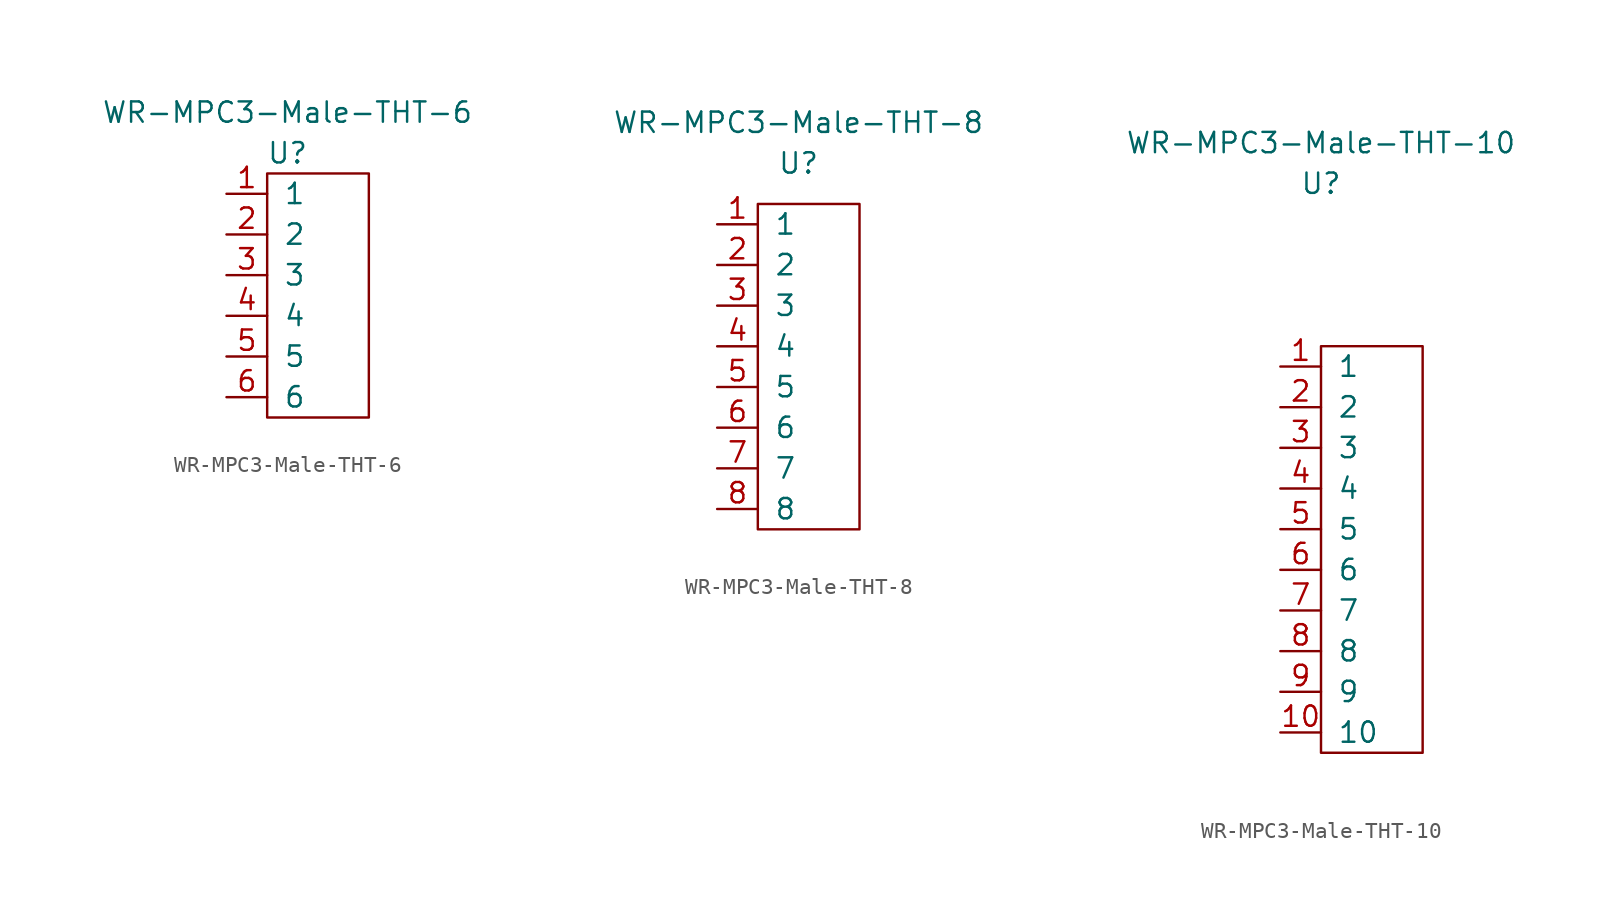
<source format=kicad_sym>
(kicad_symbol_lib
  (version 20211014)
  (generator kicad_symbol_editor)
  (symbol "WR-MPC3-Male-THT-6"
    (pin_names
      (offset 1.016))
    (property "Reference" "U"
      (at 0 8.89 0)
      (effects (font (size 1.27 1.27))))
    (property "Value" "WR-MPC3-Male-THT-6"
      (at 0 11.43 0)
      (effects (font (size 1.27 1.27))))
    (symbol "WR-MPC3-Male-THT-6_0_1"
      (rectangle (start -1.27 7.62) (end 5.08 -7.62) (stroke (width 0) (type default) (color 0 0 0 0)) (fill (type none))))
    (symbol "WR-MPC3-Male-THT-6_1_1"
      (pin passive line (at -3.81 6.35 0) (length 2.54) (name "1" (effects (font (size 1.27 1.27)))) (number "1" (effects (font (size 1.27 1.27)))))
      (pin passive line (at -3.81 3.81 0) (length 2.54) (name "2" (effects (font (size 1.27 1.27)))) (number "2" (effects (font (size 1.27 1.27)))))
      (pin passive line (at -3.81 1.27 0) (length 2.54) (name "3" (effects (font (size 1.27 1.27)))) (number "3" (effects (font (size 1.27 1.27)))))
      (pin passive line (at -3.81 -1.27 0) (length 2.54) (name "4" (effects (font (size 1.27 1.27)))) (number "4" (effects (font (size 1.27 1.27)))))
      (pin passive line (at -3.81 -3.81 0) (length 2.54) (name "5" (effects (font (size 1.27 1.27)))) (number "5" (effects (font (size 1.27 1.27)))))
      (pin passive line (at -3.81 -6.35 0) (length 2.54) (name "6" (effects (font (size 1.27 1.27)))) (number "6" (effects (font (size 1.27 1.27)))))))
  (symbol "WR-MPC3-Male-THT-8"
    (pin_names
      (offset 1.016))
    (property "Reference" "U"
      (at 1.27 12.7 0)
      (effects (font (size 1.27 1.27))))
    (property "Value" "WR-MPC3-Male-THT-8"
      (at 1.27 15.24 0)
      (effects (font (size 1.27 1.27))))
    (symbol "WR-MPC3-Male-THT-8_0_1"
      (rectangle (start -1.27 10.16) (end 5.08 -10.16) (stroke (width 0) (type default) (color 0 0 0 0)) (fill (type none))))
    (symbol "WR-MPC3-Male-THT-8_1_1"
      (pin passive line (at -3.81 8.89 0) (length 2.54) (name "1" (effects (font (size 1.27 1.27)))) (number "1" (effects (font (size 1.27 1.27)))))
      (pin passive line (at -3.81 6.35 0) (length 2.54) (name "2" (effects (font (size 1.27 1.27)))) (number "2" (effects (font (size 1.27 1.27)))))
      (pin passive line (at -3.81 3.81 0) (length 2.54) (name "3" (effects (font (size 1.27 1.27)))) (number "3" (effects (font (size 1.27 1.27)))))
      (pin passive line (at -3.81 1.27 0) (length 2.54) (name "4" (effects (font (size 1.27 1.27)))) (number "4" (effects (font (size 1.27 1.27)))))
      (pin passive line (at -3.81 -1.27 0) (length 2.54) (name "5" (effects (font (size 1.27 1.27)))) (number "5" (effects (font (size 1.27 1.27)))))
      (pin passive line (at -3.81 -3.81 0) (length 2.54) (name "6" (effects (font (size 1.27 1.27)))) (number "6" (effects (font (size 1.27 1.27)))))
      (pin passive line (at -3.81 -6.35 0) (length 2.54) (name "7" (effects (font (size 1.27 1.27)))) (number "7" (effects (font (size 1.27 1.27)))))
      (pin passive line (at -3.81 -8.89 0) (length 2.54) (name "8" (effects (font (size 1.27 1.27)))) (number "8" (effects (font (size 1.27 1.27)))))))
  (symbol "WR-MPC3-Male-THT-10"
    (pin_names
      (offset 1.016))
    (property "Reference" "U"
      (at -1.27 22.86 0)
      (effects (font (size 1.27 1.27))))
    (property "Value" "WR-MPC3-Male-THT-10"
      (at -1.27 25.4 0)
      (effects (font (size 1.27 1.27))))
    (symbol "WR-MPC3-Male-THT-10_0_1"
      (rectangle (start -1.27 12.7) (end 5.08 -12.7) (stroke (width 0) (type default) (color 0 0 0 0)) (fill (type none))))
    (symbol "WR-MPC3-Male-THT-10_1_1"
      (pin passive line (at -3.81 11.43 0) (length 2.54) (name "1" (effects (font (size 1.27 1.27)))) (number "1" (effects (font (size 1.27 1.27)))))
      (pin passive line (at -3.81 -11.43 0) (length 2.54) (name "10" (effects (font (size 1.27 1.27)))) (number "10" (effects (font (size 1.27 1.27)))))
      (pin passive line (at -3.81 8.89 0) (length 2.54) (name "2" (effects (font (size 1.27 1.27)))) (number "2" (effects (font (size 1.27 1.27)))))
      (pin passive line (at -3.81 6.35 0) (length 2.54) (name "3" (effects (font (size 1.27 1.27)))) (number "3" (effects (font (size 1.27 1.27)))))
      (pin passive line (at -3.81 3.81 0) (length 2.54) (name "4" (effects (font (size 1.27 1.27)))) (number "4" (effects (font (size 1.27 1.27)))))
      (pin passive line (at -3.81 1.27 0) (length 2.54) (name "5" (effects (font (size 1.27 1.27)))) (number "5" (effects (font (size 1.27 1.27)))))
      (pin passive line (at -3.81 -1.27 0) (length 2.54) (name "6" (effects (font (size 1.27 1.27)))) (number "6" (effects (font (size 1.27 1.27)))))
      (pin passive line (at -3.81 -3.81 0) (length 2.54) (name "7" (effects (font (size 1.27 1.27)))) (number "7" (effects (font (size 1.27 1.27)))))
      (pin passive line (at -3.81 -6.35 0) (length 2.54) (name "8" (effects (font (size 1.27 1.27)))) (number "8" (effects (font (size 1.27 1.27)))))
      (pin passive line (at -3.81 -8.89 0) (length 2.54) (name "9" (effects (font (size 1.27 1.27)))) (number "9" (effects (font (size 1.27 1.27))))))))
</source>
